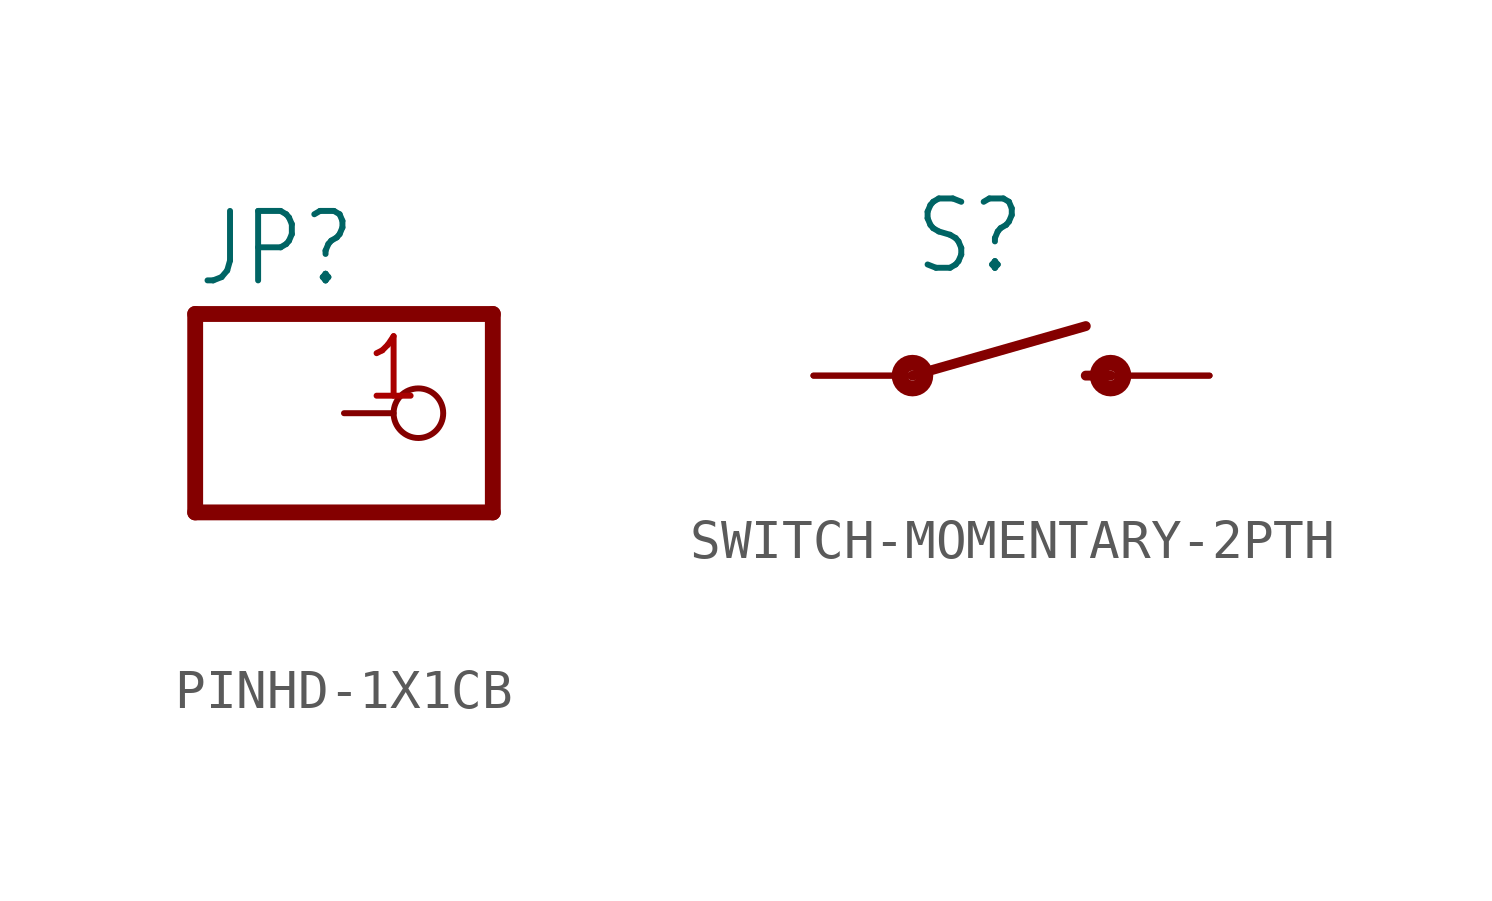
<source format=kicad_sym>
(kicad_symbol_lib
  (version 20241209)
  (generator "kicad_symbol_editor")
  (generator_version "9.0")
  (symbol "PINHD-1X1CB"
    (property "Reference" "JP"
      (at -6.35 3.175 0)
      (effects (font (size 1.778 1.511)) (justify left bottom)))
    (property "Value" ""
      (at -6.35 -5.08 0)
      (effects (font (size 1.778 1.511)) (justify left bottom)))
    (property "ki_locked" ""
      (at 0 0 0)
      (effects (font (size 1.27 1.27))))
    (symbol "PINHD-1X1CB_1_0"
      (polyline (pts (xy -6.35 2.54) (xy -6.35 -2.54)) (stroke (width 0.406) (type solid)) (fill (type none)))
      (polyline (pts (xy -6.35 -2.54) (xy 1.27 -2.54)) (stroke (width 0.406) (type solid)) (fill (type none)))
      (polyline (pts (xy 1.27 2.54) (xy -6.35 2.54)) (stroke (width 0.406) (type solid)) (fill (type none)))
      (polyline (pts (xy 1.27 -2.54) (xy 1.27 2.54)) (stroke (width 0.406) (type solid)) (fill (type none)))
      (pin passive inverted (at -2.54 0 0) (length 2.54) (name "1" (effects (font (size 0 0)))) (number "1" (effects (font (size 1.524 1.524)))))))
  (symbol "SWITCH-MOMENTARY-2PTH"
    (property "Reference" "S"
      (at -2.54 2.54 0)
      (effects (font (size 1.778 1.511)) (justify left bottom)))
    (property "Value" ""
      (at -2.54 -2.54 0)
      (effects (font (size 1.778 1.511)) (justify left bottom)))
    (property "ki_locked" ""
      (at 0 0 0)
      (effects (font (size 1.27 1.27))))
    (symbol "SWITCH-MOMENTARY-2PTH_1_0"
      (circle (center -2.54 0) (radius 0.127) (stroke (width 0.406) (type solid)) (fill (type none)))
      (polyline (pts (xy -2.54 0) (xy 1.905 1.27)) (stroke (width 0.254) (type solid)) (fill (type none)))
      (polyline (pts (xy 1.905 0) (xy 2.54 0)) (stroke (width 0.254) (type solid)) (fill (type none)))
      (circle (center 2.54 0) (radius 0.127) (stroke (width 0.406) (type solid)) (fill (type none)))
      (pin passive line (at -5.08 0 0) (length 2.54) (name "1" (effects (font (size 0 0)))) (number "1" (effects (font (size 0 0)))))
      (pin passive line (at -5.08 0 0) (length 2.54) (name "1" (effects (font (size 0 0)))) (number "2" (effects (font (size 0 0)))))
      (pin passive line (at 5.08 0 180) (length 2.54) (name "2" (effects (font (size 0 0)))) (number "3" (effects (font (size 0 0)))))
      (pin passive line (at 5.08 0 180) (length 2.54) (name "2" (effects (font (size 0 0)))) (number "4" (effects (font (size 0 0))))))))
</source>
